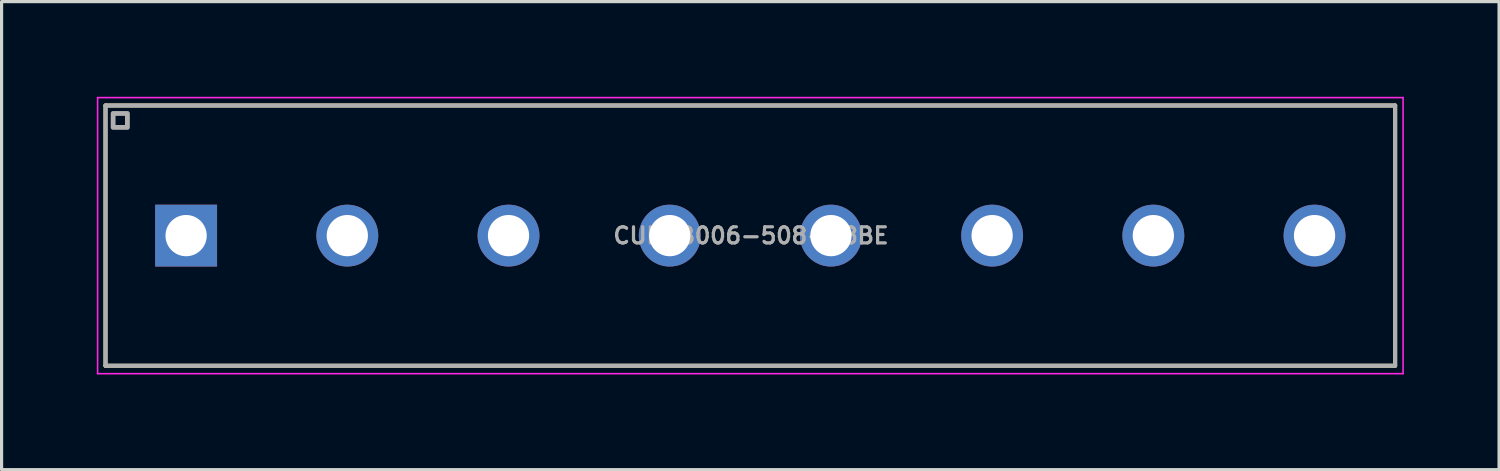
<source format=kicad_pcb>
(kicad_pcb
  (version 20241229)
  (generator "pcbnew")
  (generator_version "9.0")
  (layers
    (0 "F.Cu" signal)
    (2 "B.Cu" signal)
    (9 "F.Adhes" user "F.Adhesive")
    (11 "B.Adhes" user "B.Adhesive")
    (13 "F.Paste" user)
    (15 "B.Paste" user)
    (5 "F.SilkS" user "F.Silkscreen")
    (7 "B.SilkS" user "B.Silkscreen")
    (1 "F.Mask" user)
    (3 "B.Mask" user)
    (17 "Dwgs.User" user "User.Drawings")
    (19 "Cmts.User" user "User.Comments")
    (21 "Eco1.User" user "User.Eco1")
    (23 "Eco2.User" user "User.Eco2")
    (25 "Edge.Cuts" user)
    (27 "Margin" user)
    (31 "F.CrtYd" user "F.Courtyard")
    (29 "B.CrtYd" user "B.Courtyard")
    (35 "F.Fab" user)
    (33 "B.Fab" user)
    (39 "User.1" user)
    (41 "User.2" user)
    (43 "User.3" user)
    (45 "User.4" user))
  (footprint "CUI_TB006-508-08BE"
    (layer "F.Cu")
    (at 2.815 4.375)
    (property "Reference" "CUI_TB006-508-08BE" (at 17.8 0 0) (layer "F.Fab") (effects (font (size 0.508 0.508) (thickness 0.102))))
    (attr through_hole)
    (fp_line (start -2.54 -4.1) (end 38.1 -4.1) (stroke (width 0.127) (type solid)) (layer "F.SilkS"))
    (fp_line (start -2.54 4.1) (end -2.54 -4.1) (stroke (width 0.127) (type solid)) (layer "F.SilkS"))
    (fp_line (start 38.1 -4.1) (end 38.1 4.1) (stroke (width 0.127) (type solid)) (layer "F.SilkS"))
    (fp_line (start 38.1 4.1) (end -2.54 4.1) (stroke (width 0.127) (type solid)) (layer "F.SilkS"))
    (fp_line (start -2.79 -4.35) (end 38.35 -4.35) (stroke (width 0.05) (type solid)) (layer "F.CrtYd"))
    (fp_line (start -2.79 4.35) (end -2.79 -4.35) (stroke (width 0.05) (type solid)) (layer "F.CrtYd"))
    (fp_line (start 38.35 -4.35) (end 38.35 4.35) (stroke (width 0.05) (type solid)) (layer "F.CrtYd"))
    (fp_line (start 38.35 4.35) (end -2.79 4.35) (stroke (width 0.05) (type solid)) (layer "F.CrtYd"))
    (fp_line (start -2.54 -4.1) (end 38.1 -4.1) (stroke (width 0.127) (type solid)) (layer "F.Fab"))
    (fp_line (start -2.54 4.1) (end -2.54 -4.1) (stroke (width 0.127) (type solid)) (layer "F.Fab"))
    (fp_line (start 38.1 -4.1) (end 38.1 4.1) (stroke (width 0.127) (type solid)) (layer "F.Fab"))
    (fp_line (start 38.1 4.1) (end -2.54 4.1) (stroke (width 0.127) (type solid)) (layer "F.Fab"))
    (fp_rect (start -2.3 -3.41) (end -1.85 -3.85) (stroke (width 0.152) (type solid)) (fill no) (layer "F.Fab"))
    (pad "1" thru_hole rect (at 0 0) (size 1.95 1.95) (drill 1.3) (layers "*.Cu" "*.Mask"))
    (pad "2" thru_hole circle (at 5.08 0) (size 1.95 1.95) (drill 1.3) (layers "*.Cu" "*.Mask"))
    (pad "3" thru_hole circle (at 10.16 0) (size 1.95 1.95) (drill 1.3) (layers "*.Cu" "*.Mask"))
    (pad "4" thru_hole circle (at 15.24 0) (size 1.95 1.95) (drill 1.3) (layers "*.Cu" "*.Mask"))
    (pad "5" thru_hole circle (at 20.32 0) (size 1.95 1.95) (drill 1.3) (layers "*.Cu" "*.Mask"))
    (pad "6" thru_hole circle (at 25.4 0) (size 1.95 1.95) (drill 1.3) (layers "*.Cu" "*.Mask"))
    (pad "7" thru_hole circle (at 30.48 0) (size 1.95 1.95) (drill 1.3) (layers "*.Cu" "*.Mask"))
    (pad "8" thru_hole circle (at 35.56 0) (size 1.95 1.95) (drill 1.3) (layers "*.Cu" "*.Mask")))
  (gr_rect
    (start -3 -3)
    (end 44.19 11.75)
    (stroke (width 0.1) (type default))
    (fill no)
    (layer "Edge.Cuts")))
</source>
